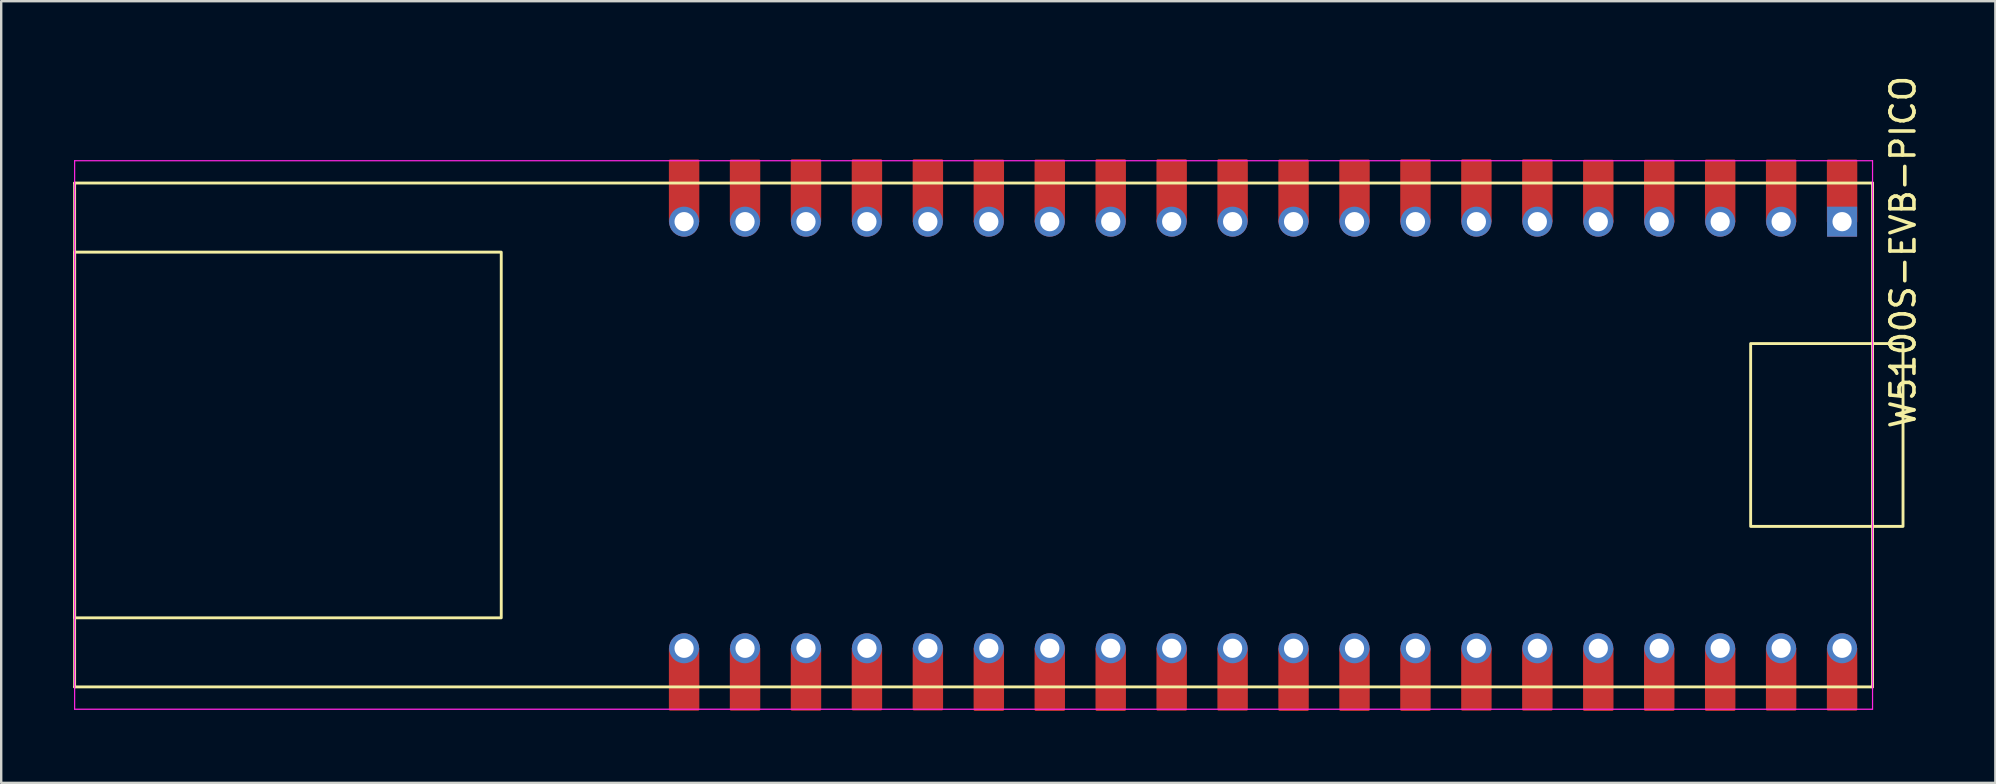
<source format=kicad_pcb>
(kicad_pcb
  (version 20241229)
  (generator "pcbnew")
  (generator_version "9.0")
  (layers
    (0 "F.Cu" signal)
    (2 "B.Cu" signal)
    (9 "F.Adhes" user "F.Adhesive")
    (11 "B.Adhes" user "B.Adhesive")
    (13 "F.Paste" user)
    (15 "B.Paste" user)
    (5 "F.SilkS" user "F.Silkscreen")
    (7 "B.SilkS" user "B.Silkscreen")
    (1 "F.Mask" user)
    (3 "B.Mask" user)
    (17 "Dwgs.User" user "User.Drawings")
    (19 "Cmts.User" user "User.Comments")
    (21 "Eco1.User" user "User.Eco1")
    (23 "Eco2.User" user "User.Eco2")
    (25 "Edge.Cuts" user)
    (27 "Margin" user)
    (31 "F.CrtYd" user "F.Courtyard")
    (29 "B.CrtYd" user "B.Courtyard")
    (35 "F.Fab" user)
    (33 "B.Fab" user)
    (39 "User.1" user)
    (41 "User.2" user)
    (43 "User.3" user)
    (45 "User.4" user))
  (footprint "W5100S-EVB-PICO"
    (layer "F.Cu")
    (at 49.59 15.078)
    (property "Reference" "W5100S-EVB-PICO" (at 26.67 -7.62 90) (layer "F.SilkS") (effects (font (size 1 1) (thickness 0.15))))
    (fp_poly (pts (xy -24.714 8.9) (xy -24.13 9.525) (xy -23.546 8.9) (xy -23.546 11.44) (xy -24.714 11.44)) (stroke (width 0.1) (type solid)) (fill yes) (layer "F.Cu"))
    (fp_poly (pts (xy -23.546 -8.89) (xy -24.13 -9.515) (xy -24.714 -8.89) (xy -24.714 -11.43) (xy -23.546 -11.43)) (stroke (width 0.1) (type solid)) (fill yes) (layer "F.Cu"))
    (fp_poly (pts (xy -22.174 8.9) (xy -21.59 9.525) (xy -21.006 8.9) (xy -21.006 11.44) (xy -22.174 11.44)) (stroke (width 0.1) (type solid)) (fill yes) (layer "F.Cu"))
    (fp_poly (pts (xy -21.006 -8.89) (xy -21.59 -9.515) (xy -22.174 -8.89) (xy -22.174 -11.43) (xy -21.006 -11.43)) (stroke (width 0.1) (type solid)) (fill yes) (layer "F.Cu"))
    (fp_poly (pts (xy -19.634 8.9) (xy -19.05 9.525) (xy -18.466 8.9) (xy -18.466 11.44) (xy -19.634 11.44)) (stroke (width 0.1) (type solid)) (fill yes) (layer "F.Cu"))
    (fp_poly (pts (xy -18.466 -8.9) (xy -19.05 -9.525) (xy -19.634 -8.9) (xy -19.634 -11.44) (xy -18.466 -11.44)) (stroke (width 0.1) (type solid)) (fill yes) (layer "F.Cu"))
    (fp_poly (pts (xy -17.094 8.89) (xy -16.51 9.515) (xy -15.926 8.89) (xy -15.926 11.43) (xy -17.094 11.43)) (stroke (width 0.1) (type solid)) (fill yes) (layer "F.Cu"))
    (fp_poly (pts (xy -15.926 -8.9) (xy -16.51 -9.525) (xy -17.094 -8.9) (xy -17.094 -11.44) (xy -15.926 -11.44)) (stroke (width 0.1) (type solid)) (fill yes) (layer "F.Cu"))
    (fp_poly (pts (xy -14.554 8.89) (xy -13.97 9.515) (xy -13.386 8.89) (xy -13.386 11.43) (xy -14.554 11.43)) (stroke (width 0.1) (type solid)) (fill yes) (layer "F.Cu"))
    (fp_poly (pts (xy -13.386 -8.9) (xy -13.97 -9.525) (xy -14.554 -8.9) (xy -14.554 -11.44) (xy -13.386 -11.44)) (stroke (width 0.1) (type solid)) (fill yes) (layer "F.Cu"))
    (fp_poly (pts (xy -12.014 8.91) (xy -11.43 9.535) (xy -10.846 8.91) (xy -10.846 11.45) (xy -12.014 11.45)) (stroke (width 0.1) (type solid)) (fill yes) (layer "F.Cu"))
    (fp_poly (pts (xy -10.846 -8.89) (xy -11.43 -9.515) (xy -12.014 -8.89) (xy -12.014 -11.43) (xy -10.846 -11.43)) (stroke (width 0.1) (type solid)) (fill yes) (layer "F.Cu"))
    (fp_poly (pts (xy -9.474 8.91) (xy -8.89 9.535) (xy -8.306 8.91) (xy -8.306 11.45) (xy -9.474 11.45)) (stroke (width 0.1) (type solid)) (fill yes) (layer "F.Cu"))
    (fp_poly (pts (xy -8.306 -8.89) (xy -8.89 -9.515) (xy -9.474 -8.89) (xy -9.474 -11.43) (xy -8.306 -11.43)) (stroke (width 0.1) (type solid)) (fill yes) (layer "F.Cu"))
    (fp_poly (pts (xy -6.934 8.91) (xy -6.35 9.535) (xy -5.766 8.91) (xy -5.766 11.45) (xy -6.934 11.45)) (stroke (width 0.1) (type solid)) (fill yes) (layer "F.Cu"))
    (fp_poly (pts (xy -5.766 -8.9) (xy -6.35 -9.525) (xy -6.934 -8.9) (xy -6.934 -11.44) (xy -5.766 -11.44)) (stroke (width 0.1) (type solid)) (fill yes) (layer "F.Cu"))
    (fp_poly (pts (xy -4.394 8.9) (xy -3.81 9.525) (xy -3.226 8.9) (xy -3.226 11.44) (xy -4.394 11.44)) (stroke (width 0.1) (type solid)) (fill yes) (layer "F.Cu"))
    (fp_poly (pts (xy -3.226 -8.9) (xy -3.81 -9.525) (xy -4.394 -8.9) (xy -4.394 -11.44) (xy -3.226 -11.44)) (stroke (width 0.1) (type solid)) (fill yes) (layer "F.Cu"))
    (fp_poly (pts (xy -1.854 8.9) (xy -1.27 9.525) (xy -0.686 8.9) (xy -0.686 11.44) (xy -1.854 11.44)) (stroke (width 0.1) (type solid)) (fill yes) (layer "F.Cu"))
    (fp_poly (pts (xy -0.686 -8.9) (xy -1.27 -9.525) (xy -1.854 -8.9) (xy -1.854 -11.44) (xy -0.686 -11.44)) (stroke (width 0.1) (type solid)) (fill yes) (layer "F.Cu"))
    (fp_poly (pts (xy 0.686 8.91) (xy 1.27 9.535) (xy 1.854 8.91) (xy 1.854 11.45) (xy 0.686 11.45)) (stroke (width 0.1) (type solid)) (fill yes) (layer "F.Cu"))
    (fp_poly (pts (xy 1.854 -8.89) (xy 1.27 -9.515) (xy 0.686 -8.89) (xy 0.686 -11.43) (xy 1.854 -11.43)) (stroke (width 0.1) (type solid)) (fill yes) (layer "F.Cu"))
    (fp_poly (pts (xy 3.226 8.91) (xy 3.81 9.535) (xy 4.394 8.91) (xy 4.394 11.45) (xy 3.226 11.45)) (stroke (width 0.1) (type solid)) (fill yes) (layer "F.Cu"))
    (fp_poly (pts (xy 4.394 -8.89) (xy 3.81 -9.515) (xy 3.226 -8.89) (xy 3.226 -11.43) (xy 4.394 -11.43)) (stroke (width 0.1) (type solid)) (fill yes) (layer "F.Cu"))
    (fp_poly (pts (xy 5.766 8.91) (xy 6.35 9.535) (xy 6.934 8.91) (xy 6.934 11.45) (xy 5.766 11.45)) (stroke (width 0.1) (type solid)) (fill yes) (layer "F.Cu"))
    (fp_poly (pts (xy 6.934 -8.9) (xy 6.35 -9.525) (xy 5.766 -8.9) (xy 5.766 -11.44) (xy 6.934 -11.44)) (stroke (width 0.1) (type solid)) (fill yes) (layer "F.Cu"))
    (fp_poly (pts (xy 8.306 8.9) (xy 8.89 9.525) (xy 9.474 8.9) (xy 9.474 11.44) (xy 8.306 11.44)) (stroke (width 0.1) (type solid)) (fill yes) (layer "F.Cu"))
    (fp_poly (pts (xy 9.474 -8.9) (xy 8.89 -9.525) (xy 8.306 -8.9) (xy 8.306 -11.44) (xy 9.474 -11.44)) (stroke (width 0.1) (type solid)) (fill yes) (layer "F.Cu"))
    (fp_poly (pts (xy 10.846 8.9) (xy 11.43 9.525) (xy 12.014 8.9) (xy 12.014 11.44) (xy 10.846 11.44)) (stroke (width 0.1) (type solid)) (fill yes) (layer "F.Cu"))
    (fp_poly (pts (xy 12.014 -8.9) (xy 11.43 -9.525) (xy 10.846 -8.9) (xy 10.846 -11.44) (xy 12.014 -11.44)) (stroke (width 0.1) (type solid)) (fill yes) (layer "F.Cu"))
    (fp_poly (pts (xy 13.386 8.91) (xy 13.97 9.535) (xy 14.554 8.91) (xy 14.554 11.45) (xy 13.386 11.45)) (stroke (width 0.1) (type solid)) (fill yes) (layer "F.Cu"))
    (fp_poly (pts (xy 14.554 -8.88) (xy 13.97 -9.505) (xy 13.386 -8.88) (xy 13.386 -11.42) (xy 14.554 -11.42)) (stroke (width 0.1) (type solid)) (fill yes) (layer "F.Cu"))
    (fp_poly (pts (xy 15.926 8.91) (xy 16.51 9.535) (xy 17.094 8.91) (xy 17.094 11.45) (xy 15.926 11.45)) (stroke (width 0.1) (type solid)) (fill yes) (layer "F.Cu"))
    (fp_poly (pts (xy 17.094 -8.88) (xy 16.51 -9.505) (xy 15.926 -8.88) (xy 15.926 -11.42) (xy 17.094 -11.42)) (stroke (width 0.1) (type solid)) (fill yes) (layer "F.Cu"))
    (fp_poly (pts (xy 18.466 8.91) (xy 19.05 9.535) (xy 19.634 8.91) (xy 19.634 11.45) (xy 18.466 11.45)) (stroke (width 0.1) (type solid)) (fill yes) (layer "F.Cu"))
    (fp_poly (pts (xy 19.634 -8.89) (xy 19.05 -9.515) (xy 18.466 -8.89) (xy 18.466 -11.43) (xy 19.634 -11.43)) (stroke (width 0.1) (type solid)) (fill yes) (layer "F.Cu"))
    (fp_poly (pts (xy 21.006 8.9) (xy 21.59 9.525) (xy 22.174 8.9) (xy 22.174 11.44) (xy 21.006 11.44)) (stroke (width 0.1) (type solid)) (fill yes) (layer "F.Cu"))
    (fp_poly (pts (xy 22.174 -8.89) (xy 21.59 -9.515) (xy 21.006 -8.89) (xy 21.006 -11.43) (xy 22.174 -11.43)) (stroke (width 0.1) (type solid)) (fill yes) (layer "F.Cu"))
    (fp_poly (pts (xy 23.546 8.9) (xy 24.13 9.525) (xy 24.714 8.9) (xy 24.714 11.44) (xy 23.546 11.44)) (stroke (width 0.1) (type solid)) (fill yes) (layer "F.Cu"))
    (fp_poly (pts (xy 24.714 -8.89) (xy 24.13 -9.515) (xy 23.546 -8.89) (xy 23.546 -11.43) (xy 24.714 -11.43)) (stroke (width 0.1) (type solid)) (fill yes) (layer "F.Cu"))
    (fp_poly (pts (xy -24.714 8.9) (xy -24.13 9.525) (xy -23.546 8.9) (xy -23.546 11.44) (xy -24.714 11.44)) (stroke (width 0.1) (type solid)) (fill yes) (layer "F.Mask"))
    (fp_poly (pts (xy -23.546 -8.88) (xy -24.13 -9.505) (xy -24.714 -8.88) (xy -24.714 -11.42) (xy -23.546 -11.42)) (stroke (width 0.1) (type solid)) (fill yes) (layer "F.Mask"))
    (fp_poly (pts (xy -22.174 8.89) (xy -21.59 9.515) (xy -21.006 8.89) (xy -21.006 11.43) (xy -22.174 11.43)) (stroke (width 0.1) (type solid)) (fill yes) (layer "F.Mask"))
    (fp_poly (pts (xy -21.006 -8.88) (xy -21.59 -9.505) (xy -22.174 -8.88) (xy -22.174 -11.42) (xy -21.006 -11.42)) (stroke (width 0.1) (type solid)) (fill yes) (layer "F.Mask"))
    (fp_poly (pts (xy -19.634 8.89) (xy -19.05 9.515) (xy -18.466 8.89) (xy -18.466 11.43) (xy -19.634 11.43)) (stroke (width 0.1) (type solid)) (fill yes) (layer "F.Mask"))
    (fp_poly (pts (xy -18.466 -8.89) (xy -19.05 -9.515) (xy -19.634 -8.89) (xy -19.634 -11.43) (xy -18.466 -11.43)) (stroke (width 0.1) (type solid)) (fill yes) (layer "F.Mask"))
    (fp_poly (pts (xy -17.094 8.88) (xy -16.51 9.505) (xy -15.926 8.88) (xy -15.926 11.42) (xy -17.094 11.42)) (stroke (width 0.1) (type solid)) (fill yes) (layer "F.Mask"))
    (fp_poly (pts (xy -15.926 -8.89) (xy -16.51 -9.515) (xy -17.094 -8.89) (xy -17.094 -11.43) (xy -15.926 -11.43)) (stroke (width 0.1) (type solid)) (fill yes) (layer "F.Mask"))
    (fp_poly (pts (xy -14.554 8.88) (xy -13.97 9.505) (xy -13.386 8.88) (xy -13.386 11.42) (xy -14.554 11.42)) (stroke (width 0.1) (type solid)) (fill yes) (layer "F.Mask"))
    (fp_poly (pts (xy -13.386 -8.9) (xy -13.97 -9.525) (xy -14.554 -8.9) (xy -14.554 -11.44) (xy -13.386 -11.44)) (stroke (width 0.1) (type solid)) (fill yes) (layer "F.Mask"))
    (fp_poly (pts (xy -12.014 8.91) (xy -11.43 9.535) (xy -10.846 8.91) (xy -10.846 11.45) (xy -12.014 11.45)) (stroke (width 0.1) (type solid)) (fill yes) (layer "F.Mask"))
    (fp_poly (pts (xy -10.846 -8.88) (xy -11.43 -9.505) (xy -12.014 -8.88) (xy -12.014 -11.42) (xy -10.846 -11.42)) (stroke (width 0.1) (type solid)) (fill yes) (layer "F.Mask"))
    (fp_poly (pts (xy -9.474 8.9) (xy -8.89 9.525) (xy -8.306 8.9) (xy -8.306 11.44) (xy -9.474 11.44)) (stroke (width 0.1) (type solid)) (fill yes) (layer "F.Mask"))
    (fp_poly (pts (xy -8.306 -8.88) (xy -8.89 -9.505) (xy -9.474 -8.88) (xy -9.474 -11.42) (xy -8.306 -11.42)) (stroke (width 0.1) (type solid)) (fill yes) (layer "F.Mask"))
    (fp_poly (pts (xy -6.934 8.9) (xy -6.35 9.525) (xy -5.766 8.9) (xy -5.766 11.44) (xy -6.934 11.44)) (stroke (width 0.1) (type solid)) (fill yes) (layer "F.Mask"))
    (fp_poly (pts (xy -5.766 -8.89) (xy -6.35 -9.515) (xy -6.934 -8.89) (xy -6.934 -11.43) (xy -5.766 -11.43)) (stroke (width 0.1) (type solid)) (fill yes) (layer "F.Mask"))
    (fp_poly (pts (xy -4.394 8.89) (xy -3.81 9.515) (xy -3.226 8.89) (xy -3.226 11.43) (xy -4.394 11.43)) (stroke (width 0.1) (type solid)) (fill yes) (layer "F.Mask"))
    (fp_poly (pts (xy -3.226 -8.89) (xy -3.81 -9.515) (xy -4.394 -8.89) (xy -4.394 -11.43) (xy -3.226 -11.43)) (stroke (width 0.1) (type solid)) (fill yes) (layer "F.Mask"))
    (fp_poly (pts (xy -1.854 8.89) (xy -1.27 9.515) (xy -0.686 8.89) (xy -0.686 11.43) (xy -1.854 11.43)) (stroke (width 0.1) (type solid)) (fill yes) (layer "F.Mask"))
    (fp_poly (pts (xy -0.686 -8.9) (xy -1.27 -9.525) (xy -1.854 -8.9) (xy -1.854 -11.44) (xy -0.686 -11.44)) (stroke (width 0.1) (type solid)) (fill yes) (layer "F.Mask"))
    (fp_poly (pts (xy 0.686 8.91) (xy 1.27 9.535) (xy 1.854 8.91) (xy 1.854 11.45) (xy 0.686 11.45)) (stroke (width 0.1) (type solid)) (fill yes) (layer "F.Mask"))
    (fp_poly (pts (xy 1.854 -8.88) (xy 1.27 -9.505) (xy 0.686 -8.88) (xy 0.686 -11.42) (xy 1.854 -11.42)) (stroke (width 0.1) (type solid)) (fill yes) (layer "F.Mask"))
    (fp_poly (pts (xy 3.226 8.9) (xy 3.81 9.525) (xy 4.394 8.9) (xy 4.394 11.44) (xy 3.226 11.44)) (stroke (width 0.1) (type solid)) (fill yes) (layer "F.Mask"))
    (fp_poly (pts (xy 4.394 -8.88) (xy 3.81 -9.505) (xy 3.226 -8.88) (xy 3.226 -11.42) (xy 4.394 -11.42)) (stroke (width 0.1) (type solid)) (fill yes) (layer "F.Mask"))
    (fp_poly (pts (xy 5.766 8.9) (xy 6.35 9.525) (xy 6.934 8.9) (xy 6.934 11.44) (xy 5.766 11.44)) (stroke (width 0.1) (type solid)) (fill yes) (layer "F.Mask"))
    (fp_poly (pts (xy 6.934 -8.89) (xy 6.35 -9.515) (xy 5.766 -8.89) (xy 5.766 -11.43) (xy 6.934 -11.43)) (stroke (width 0.1) (type solid)) (fill yes) (layer "F.Mask"))
    (fp_poly (pts (xy 8.306 8.89) (xy 8.89 9.515) (xy 9.474 8.89) (xy 9.474 11.43) (xy 8.306 11.43)) (stroke (width 0.1) (type solid)) (fill yes) (layer "F.Mask"))
    (fp_poly (pts (xy 9.474 -8.89) (xy 8.89 -9.515) (xy 8.306 -8.89) (xy 8.306 -11.43) (xy 9.474 -11.43)) (stroke (width 0.1) (type solid)) (fill yes) (layer "F.Mask"))
    (fp_poly (pts (xy 10.846 8.89) (xy 11.43 9.515) (xy 12.014 8.89) (xy 12.014 11.43) (xy 10.846 11.43)) (stroke (width 0.1) (type solid)) (fill yes) (layer "F.Mask"))
    (fp_poly (pts (xy 12.014 -8.9) (xy 11.43 -9.525) (xy 10.846 -8.9) (xy 10.846 -11.44) (xy 12.014 -11.44)) (stroke (width 0.1) (type solid)) (fill yes) (layer "F.Mask"))
    (fp_poly (pts (xy 13.386 8.91) (xy 13.97 9.535) (xy 14.554 8.91) (xy 14.554 11.45) (xy 13.386 11.45)) (stroke (width 0.1) (type solid)) (fill yes) (layer "F.Mask"))
    (fp_poly (pts (xy 14.554 -8.87) (xy 13.97 -9.495) (xy 13.386 -8.87) (xy 13.386 -11.41) (xy 14.554 -11.41)) (stroke (width 0.1) (type solid)) (fill yes) (layer "F.Mask"))
    (fp_poly (pts (xy 15.926 8.9) (xy 16.51 9.525) (xy 17.094 8.9) (xy 17.094 11.44) (xy 15.926 11.44)) (stroke (width 0.1) (type solid)) (fill yes) (layer "F.Mask"))
    (fp_poly (pts (xy 17.094 -8.87) (xy 16.51 -9.495) (xy 15.926 -8.87) (xy 15.926 -11.41) (xy 17.094 -11.41)) (stroke (width 0.1) (type solid)) (fill yes) (layer "F.Mask"))
    (fp_poly (pts (xy 18.466 8.9) (xy 19.05 9.525) (xy 19.634 8.9) (xy 19.634 11.44) (xy 18.466 11.44)) (stroke (width 0.1) (type solid)) (fill yes) (layer "F.Mask"))
    (fp_poly (pts (xy 19.634 -8.88) (xy 19.05 -9.505) (xy 18.466 -8.88) (xy 18.466 -11.42) (xy 19.634 -11.42)) (stroke (width 0.1) (type solid)) (fill yes) (layer "F.Mask"))
    (fp_poly (pts (xy 21.006 8.89) (xy 21.59 9.515) (xy 22.174 8.89) (xy 22.174 11.43) (xy 21.006 11.43)) (stroke (width 0.1) (type solid)) (fill yes) (layer "F.Mask"))
    (fp_poly (pts (xy 22.174 -8.88) (xy 21.59 -9.505) (xy 21.006 -8.88) (xy 21.006 -11.42) (xy 22.174 -11.42)) (stroke (width 0.1) (type solid)) (fill yes) (layer "F.Mask"))
    (fp_poly (pts (xy 23.546 8.89) (xy 24.13 9.515) (xy 24.714 8.89) (xy 24.714 11.43) (xy 23.546 11.43)) (stroke (width 0.1) (type solid)) (fill yes) (layer "F.Mask"))
    (fp_poly (pts (xy 24.714 -8.89) (xy 24.13 -9.515) (xy 23.546 -8.89) (xy 23.546 -11.43) (xy 24.714 -11.43)) (stroke (width 0.1) (type solid)) (fill yes) (layer "F.Mask"))
    (fp_line (start -49.53 -10.5) (end -49.53 10.5) (stroke (width 0.12) (type solid)) (layer "F.SilkS"))
    (fp_line (start -49.53 10.5) (end 25.4 10.5) (stroke (width 0.12) (type solid)) (layer "F.SilkS"))
    (fp_line (start 25.4 -10.5) (end -49.53 -10.5) (stroke (width 0.12) (type solid)) (layer "F.SilkS"))
    (fp_line (start 25.4 10.5) (end 25.4 -10.5) (stroke (width 0.12) (type solid)) (layer "F.SilkS"))
    (fp_rect (start -49.53 -7.62) (end -31.75 7.62) (stroke (width 0.12) (type solid)) (fill no) (layer "F.SilkS"))
    (fp_rect (start 26.67 -3.81) (end 20.32 3.81) (stroke (width 0.12) (type solid)) (fill no) (layer "F.SilkS"))
    (fp_line (start -49.53 -11.43) (end 25.4 -11.43) (stroke (width 0.05) (type solid)) (layer "F.CrtYd"))
    (fp_line (start -49.53 11.43) (end -49.53 -11.43) (stroke (width 0.05) (type solid)) (layer "F.CrtYd"))
    (fp_line (start 25.4 -11.43) (end 25.4 11.43) (stroke (width 0.05) (type solid)) (layer "F.CrtYd"))
    (fp_line (start 25.4 11.43) (end -49.53 11.43) (stroke (width 0.05) (type solid)) (layer "F.CrtYd"))
    (pad "1" thru_hole rect (at 24.13 -8.89 180) (size 1.25 1.25) (drill 0.8) (layers "*.Cu" "*.Mask"))
    (pad "2" thru_hole circle (at 21.59 -8.89 180) (size 1.25 1.25) (drill 0.8) (layers "*.Cu" "*.Mask"))
    (pad "3" thru_hole circle (at 19.05 -8.89 180) (size 1.25 1.25) (drill 0.8) (layers "*.Cu" "*.Mask"))
    (pad "4" thru_hole circle (at 16.51 -8.89 180) (size 1.25 1.25) (drill 0.8) (layers "*.Cu" "*.Mask"))
    (pad "5" thru_hole circle (at 13.97 -8.89 180) (size 1.25 1.25) (drill 0.8) (layers "*.Cu" "*.Mask"))
    (pad "6" thru_hole circle (at 11.43 -8.89 180) (size 1.25 1.25) (drill 0.8) (layers "*.Cu" "*.Mask"))
    (pad "7" thru_hole circle (at 8.89 -8.89 180) (size 1.25 1.25) (drill 0.8) (layers "*.Cu" "*.Mask"))
    (pad "8" thru_hole circle (at 6.35 -8.89 180) (size 1.25 1.25) (drill 0.8) (layers "*.Cu" "*.Mask"))
    (pad "9" thru_hole circle (at 3.81 -8.89 180) (size 1.25 1.25) (drill 0.8) (layers "*.Cu" "*.Mask"))
    (pad "10" thru_hole circle (at 1.27 -8.89 180) (size 1.25 1.25) (drill 0.8) (layers "*.Cu" "*.Mask"))
    (pad "11" thru_hole circle (at -1.27 -8.89 180) (size 1.25 1.25) (drill 0.8) (layers "*.Cu" "*.Mask"))
    (pad "12" thru_hole circle (at -3.81 -8.89 180) (size 1.25 1.25) (drill 0.8) (layers "*.Cu" "*.Mask"))
    (pad "13" thru_hole circle (at -6.35 -8.89 180) (size 1.25 1.25) (drill 0.8) (layers "*.Cu" "*.Mask"))
    (pad "14" thru_hole circle (at -8.89 -8.89 180) (size 1.25 1.25) (drill 0.8) (layers "*.Cu" "*.Mask"))
    (pad "15" thru_hole circle (at -11.43 -8.89 180) (size 1.25 1.25) (drill 0.8) (layers "*.Cu" "*.Mask"))
    (pad "16" thru_hole circle (at -13.97 -8.89 180) (size 1.25 1.25) (drill 0.8) (layers "*.Cu" "*.Mask"))
    (pad "17" thru_hole circle (at -16.51 -8.89 180) (size 1.25 1.25) (drill 0.8) (layers "*.Cu" "*.Mask"))
    (pad "18" thru_hole circle (at -19.05 -8.89 180) (size 1.25 1.25) (drill 0.8) (layers "*.Cu" "*.Mask"))
    (pad "19" thru_hole circle (at -21.59 -8.89 180) (size 1.25 1.25) (drill 0.8) (layers "*.Cu" "*.Mask"))
    (pad "20" thru_hole circle (at -24.13 -8.89 180) (size 1.25 1.25) (drill 0.8) (layers "*.Cu" "*.Mask"))
    (pad "21" thru_hole circle (at -24.13 8.89 180) (size 1.25 1.25) (drill 0.8) (layers "*.Cu" "*.Mask"))
    (pad "22" thru_hole circle (at -21.59 8.89 180) (size 1.25 1.25) (drill 0.8) (layers "*.Cu" "*.Mask"))
    (pad "23" thru_hole circle (at -19.05 8.89 180) (size 1.25 1.25) (drill 0.8) (layers "*.Cu" "*.Mask"))
    (pad "24" thru_hole circle (at -16.51 8.89 180) (size 1.25 1.25) (drill 0.8) (layers "*.Cu" "*.Mask"))
    (pad "25" thru_hole circle (at -13.97 8.89 180) (size 1.25 1.25) (drill 0.8) (layers "*.Cu" "*.Mask"))
    (pad "26" thru_hole circle (at -11.43 8.89 180) (size 1.25 1.25) (drill 0.8) (layers "*.Cu" "*.Mask"))
    (pad "27" thru_hole circle (at -8.89 8.89 180) (size 1.25 1.25) (drill 0.8) (layers "*.Cu" "*.Mask"))
    (pad "28" thru_hole circle (at -6.35 8.89 180) (size 1.25 1.25) (drill 0.8) (layers "*.Cu" "*.Mask"))
    (pad "29" thru_hole circle (at -3.81 8.89 180) (size 1.25 1.25) (drill 0.8) (layers "*.Cu" "*.Mask"))
    (pad "30" thru_hole circle (at -1.27 8.89 180) (size 1.25 1.25) (drill 0.8) (layers "*.Cu" "*.Mask"))
    (pad "31" thru_hole circle (at 1.27 8.89 180) (size 1.25 1.25) (drill 0.8) (layers "*.Cu" "*.Mask"))
    (pad "32" thru_hole circle (at 3.81 8.89 180) (size 1.25 1.25) (drill 0.8) (layers "*.Cu" "*.Mask"))
    (pad "33" thru_hole circle (at 6.35 8.89 180) (size 1.25 1.25) (drill 0.8) (layers "*.Cu" "*.Mask"))
    (pad "34" thru_hole circle (at 8.89 8.89 180) (size 1.25 1.25) (drill 0.8) (layers "*.Cu" "*.Mask"))
    (pad "35" thru_hole circle (at 11.43 8.89 180) (size 1.25 1.25) (drill 0.8) (layers "*.Cu" "*.Mask"))
    (pad "36" thru_hole circle (at 13.97 8.89 180) (size 1.25 1.25) (drill 0.8) (layers "*.Cu" "*.Mask"))
    (pad "37" thru_hole circle (at 16.51 8.89 180) (size 1.25 1.25) (drill 0.8) (layers "*.Cu" "*.Mask"))
    (pad "38" thru_hole circle (at 19.05 8.89 180) (size 1.25 1.25) (drill 0.8) (layers "*.Cu" "*.Mask"))
    (pad "39" thru_hole circle (at 21.59 8.89 180) (size 1.25 1.25) (drill 0.8) (layers "*.Cu" "*.Mask"))
    (pad "40" thru_hole circle (at 24.13 8.89 180) (size 1.25 1.25) (drill 0.8) (layers "*.Cu" "*.Mask")))
  (gr_rect
    (start -3 -3)
    (end 80.108 29.578)
    (stroke (width 0.1) (type default))
    (fill no)
    (layer "Edge.Cuts")))
</source>
